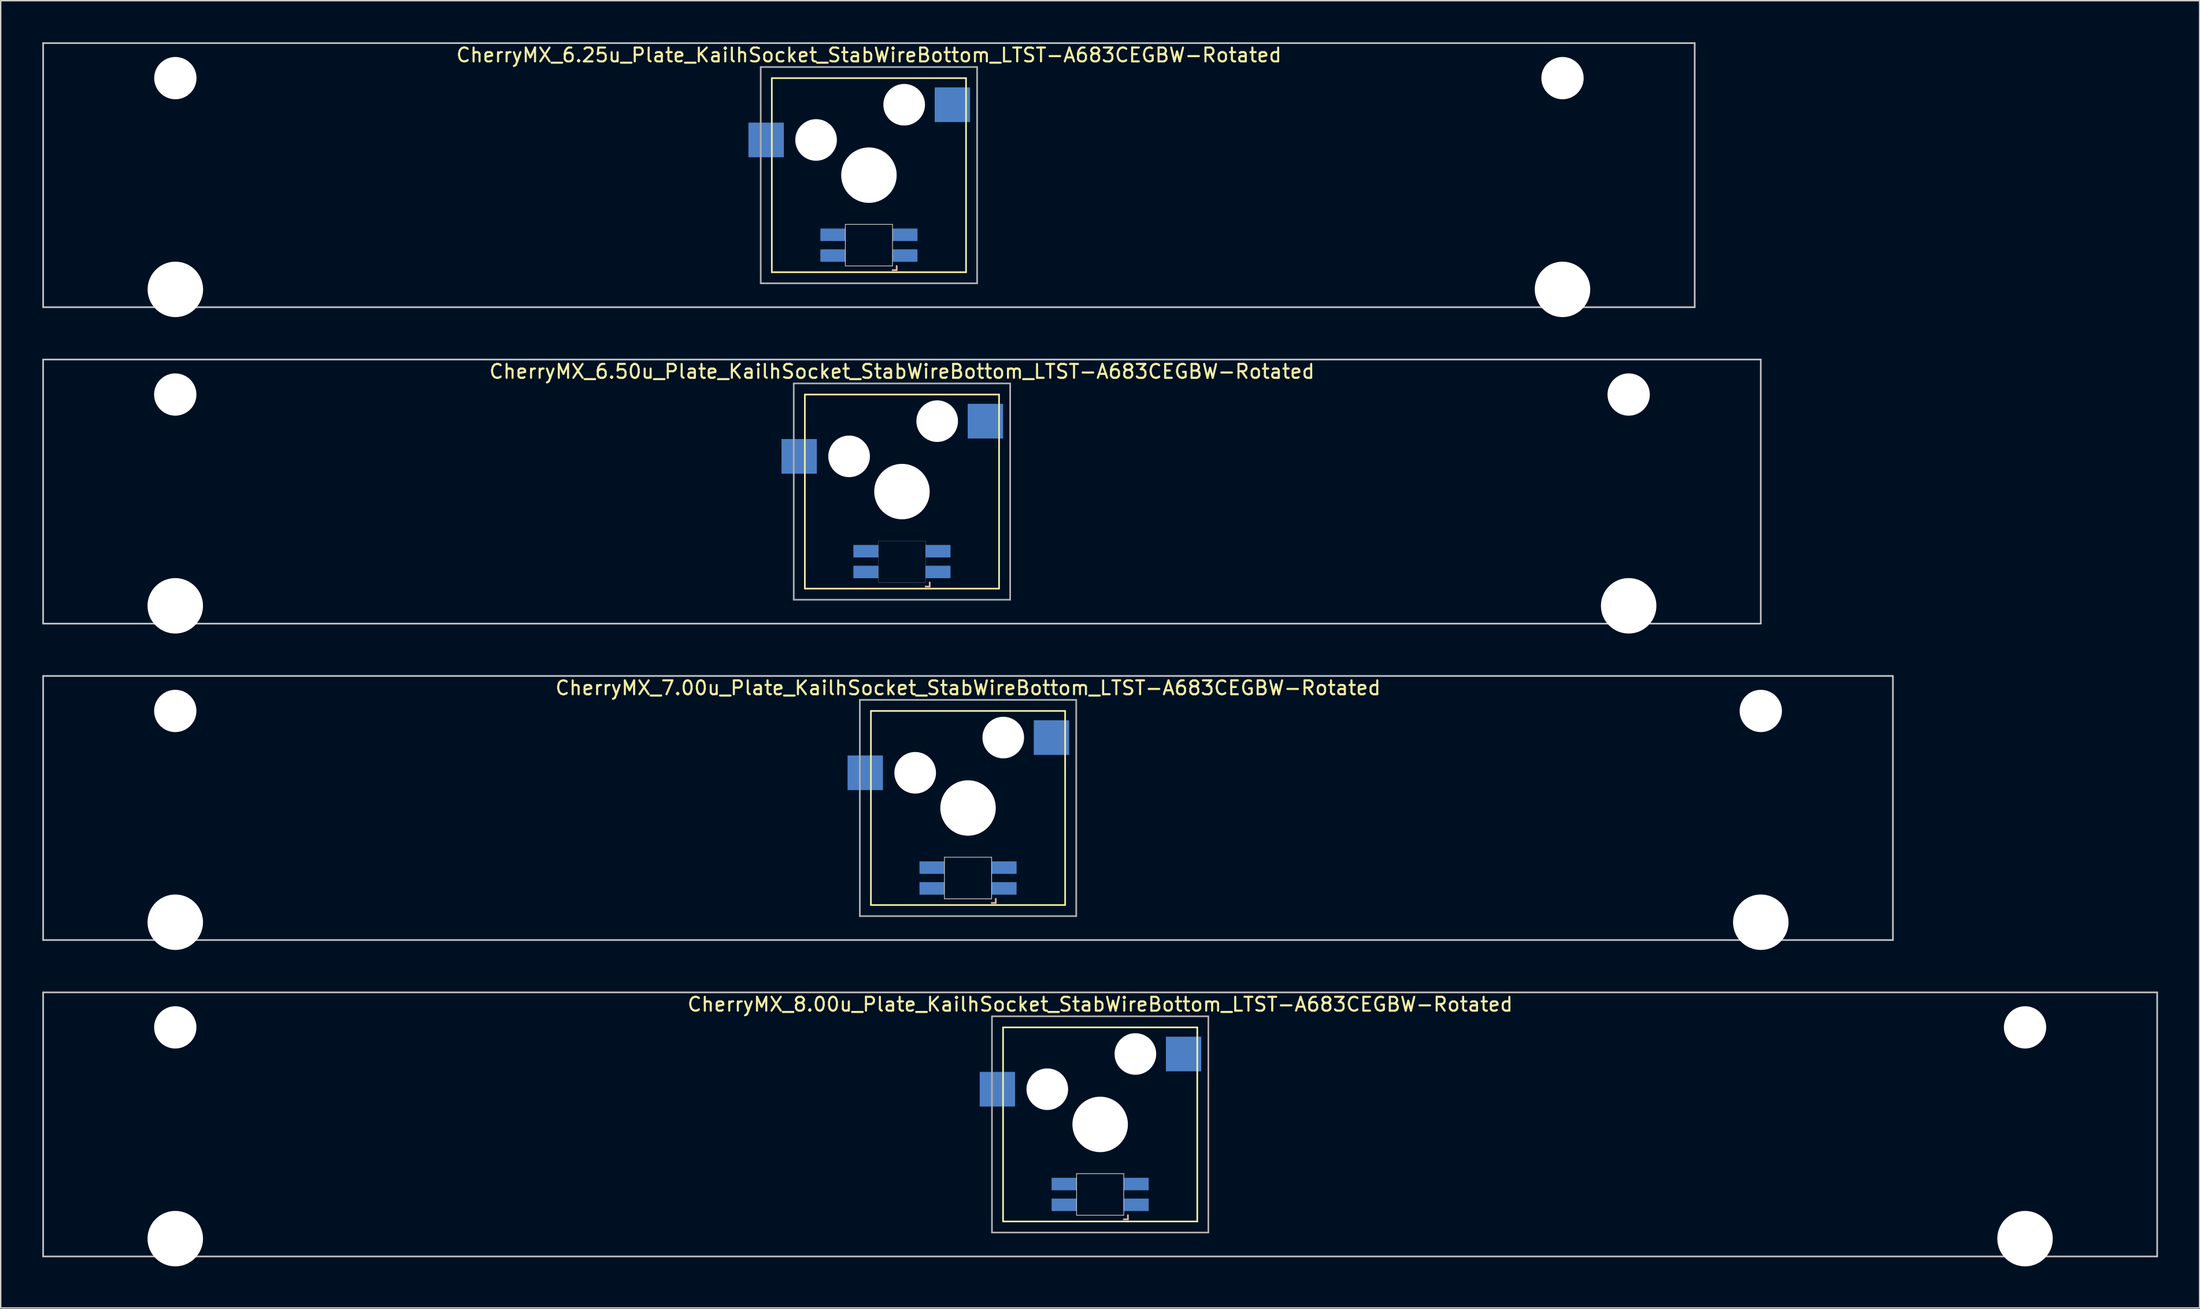
<source format=kicad_pcb>
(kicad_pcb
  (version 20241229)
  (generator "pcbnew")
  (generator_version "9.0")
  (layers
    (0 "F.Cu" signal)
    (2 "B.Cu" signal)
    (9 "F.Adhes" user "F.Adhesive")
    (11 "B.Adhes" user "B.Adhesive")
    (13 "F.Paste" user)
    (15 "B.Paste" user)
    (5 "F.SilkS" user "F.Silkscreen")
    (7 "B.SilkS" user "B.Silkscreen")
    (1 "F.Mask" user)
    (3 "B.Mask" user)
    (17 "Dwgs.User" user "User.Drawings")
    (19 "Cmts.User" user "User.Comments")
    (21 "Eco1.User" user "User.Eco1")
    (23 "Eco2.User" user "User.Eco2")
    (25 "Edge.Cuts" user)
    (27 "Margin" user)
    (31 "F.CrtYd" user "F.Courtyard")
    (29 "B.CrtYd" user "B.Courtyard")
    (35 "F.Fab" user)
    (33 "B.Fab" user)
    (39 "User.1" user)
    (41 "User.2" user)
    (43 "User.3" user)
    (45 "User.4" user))
  (footprint "CherryMX_7.00u_Plate_KailhSocket_StabWireBottom_LTST-A683CEGBW-Rotated"
    (layer "F.Cu")
    (at 66.735 55.235)
    (property "Reference" "CherryMX_7.00u_Plate_KailhSocket_StabWireBottom_LTST-A683CEGBW-Rotated" (at 0 -8.662 0) (layer "F.SilkS") (effects (font (size 1 1) (thickness 0.15))))
    (attr through_hole)
    (fp_line (start -7 -7) (end -7 7) (stroke (width 0.12) (type solid)) (layer "F.SilkS"))
    (fp_line (start -7 -7) (end 7 -7) (stroke (width 0.12) (type solid)) (layer "F.SilkS"))
    (fp_line (start 7 -7) (end 7 7) (stroke (width 0.12) (type solid)) (layer "F.SilkS"))
    (fp_line (start 7 7) (end -7 7) (stroke (width 0.12) (type solid)) (layer "F.SilkS"))
    (fp_line (start 1.7 6.85) (end 2 6.85) (stroke (width 0.12) (type solid)) (layer "B.SilkS"))
    (fp_line (start 2 6.85) (end 2 6.55) (stroke (width 0.12) (type solid)) (layer "B.SilkS"))
    (fp_line (start -66.675 -9.525) (end 66.675 -9.525) (stroke (width 0.12) (type solid)) (layer "Dwgs.User"))
    (fp_line (start -66.675 9.525) (end -66.675 -9.525) (stroke (width 0.12) (type solid)) (layer "Dwgs.User"))
    (fp_line (start 66.675 -9.525) (end 66.675 9.525) (stroke (width 0.12) (type solid)) (layer "Dwgs.User"))
    (fp_line (start 66.675 9.525) (end -66.675 9.525) (stroke (width 0.12) (type solid)) (layer "Dwgs.User"))
    (fp_line (start -1.7 3.55) (end 1.7 3.55) (stroke (width 0.05) (type solid)) (layer "Edge.Cuts"))
    (fp_line (start -1.7 6.55) (end -1.7 3.55) (stroke (width 0.05) (type solid)) (layer "Edge.Cuts"))
    (fp_line (start 1.7 3.55) (end 1.7 6.55) (stroke (width 0.05) (type solid)) (layer "Edge.Cuts"))
    (fp_line (start 1.7 6.55) (end -1.7 6.55) (stroke (width 0.05) (type solid)) (layer "Edge.Cuts"))
    (fp_line (start -7.8 -7.8) (end -7.8 7.8) (stroke (width 0.12) (type solid)) (layer "F.Fab"))
    (fp_line (start -7.8 -7.8) (end 7.8 -7.8) (stroke (width 0.12) (type solid)) (layer "F.Fab"))
    (fp_line (start -7.8 7.8) (end 7.8 7.8) (stroke (width 0.12) (type solid)) (layer "F.Fab"))
    (fp_line (start 7.8 -7.8) (end 7.8 7.8) (stroke (width 0.12) (type solid)) (layer "F.Fab"))
    (pad "" np_thru_hole circle (at -57.15 -7) (size 3.05 3.05) (drill 3.05) (layers "*.Cu" "*.Mask"))
    (pad "" np_thru_hole circle (at -57.15 8.24) (size 4 4) (drill 4) (layers "*.Cu" "*.Mask"))
    (pad "" np_thru_hole circle (at -3.81 -2.54) (size 3 3) (drill 3) (layers "*.Cu" "*.Mask"))
    (pad "" np_thru_hole circle (at 0 0) (size 4 4) (drill 4) (layers "*.Cu" "*.Mask"))
    (pad "" np_thru_hole circle (at 2.54 -5.08) (size 3 3) (drill 3) (layers "*.Cu" "*.Mask"))
    (pad "" np_thru_hole circle (at 57.15 -7) (size 3.05 3.05) (drill 3.05) (layers "*.Cu" "*.Mask"))
    (pad "" np_thru_hole circle (at 57.15 8.24) (size 4 4) (drill 4) (layers "*.Cu" "*.Mask"))
    (pad "1" smd rect (at -7.41 -2.54) (size 2.55 2.5) (layers "B.Cu" "B.Mask" "B.Paste"))
    (pad "2" smd rect (at 6.015 -5.08) (size 2.55 2.5) (layers "B.Cu" "B.Mask" "B.Paste"))
    (pad "3" smd rect (at 2.6 5.8) (size 1.8 0.9) (layers "B.Cu" "B.Mask" "B.Paste"))
    (pad "4" smd rect (at 2.6 4.3) (size 1.8 0.9) (layers "B.Cu" "B.Mask" "B.Paste"))
    (pad "5" smd rect (at -2.6 5.8) (size 1.8 0.9) (layers "B.Cu" "B.Mask" "B.Paste"))
    (pad "6" smd rect (at -2.6 4.3) (size 1.8 0.9) (layers "B.Cu" "B.Mask" "B.Paste")))
  (footprint "CherryMX_6.50u_Plate_KailhSocket_StabWireBottom_LTST-A683CEGBW-Rotated"
    (layer "F.Cu")
    (at 61.972 32.41)
    (property "Reference" "CherryMX_6.50u_Plate_KailhSocket_StabWireBottom_LTST-A683CEGBW-Rotated" (at 0 -8.662 0) (layer "F.SilkS") (effects (font (size 1 1) (thickness 0.15))))
    (attr through_hole)
    (fp_line (start -7 -7) (end -7 7) (stroke (width 0.12) (type solid)) (layer "F.SilkS"))
    (fp_line (start -7 -7) (end 7 -7) (stroke (width 0.12) (type solid)) (layer "F.SilkS"))
    (fp_line (start 7 -7) (end 7 7) (stroke (width 0.12) (type solid)) (layer "F.SilkS"))
    (fp_line (start 7 7) (end -7 7) (stroke (width 0.12) (type solid)) (layer "F.SilkS"))
    (fp_line (start 1.7 6.85) (end 2 6.85) (stroke (width 0.12) (type solid)) (layer "B.SilkS"))
    (fp_line (start 2 6.85) (end 2 6.55) (stroke (width 0.12) (type solid)) (layer "B.SilkS"))
    (fp_line (start -61.913 -9.525) (end 61.913 -9.525) (stroke (width 0.12) (type solid)) (layer "Dwgs.User"))
    (fp_line (start -61.913 9.525) (end -61.913 -9.525) (stroke (width 0.12) (type solid)) (layer "Dwgs.User"))
    (fp_line (start 61.913 -9.525) (end 61.913 9.525) (stroke (width 0.12) (type solid)) (layer "Dwgs.User"))
    (fp_line (start 61.913 9.525) (end -61.913 9.525) (stroke (width 0.12) (type solid)) (layer "Dwgs.User"))
    (fp_poly (pts (xy -1.7 3.55) (xy 1.7 3.55) (xy 1.7 6.55) (xy -1.7 6.55)) (stroke (width 0.01) (type solid)) (fill no) (layer "Edge.Cuts"))
    (fp_line (start -7.8 -7.8) (end -7.8 7.8) (stroke (width 0.12) (type solid)) (layer "F.Fab"))
    (fp_line (start -7.8 -7.8) (end 7.8 -7.8) (stroke (width 0.12) (type solid)) (layer "F.Fab"))
    (fp_line (start -7.8 7.8) (end 7.8 7.8) (stroke (width 0.12) (type solid)) (layer "F.Fab"))
    (fp_line (start 7.8 -7.8) (end 7.8 7.8) (stroke (width 0.12) (type solid)) (layer "F.Fab"))
    (pad "" np_thru_hole circle (at -52.388 -7) (size 3.05 3.05) (drill 3.05) (layers "*.Cu" "*.Mask"))
    (pad "" np_thru_hole circle (at -52.388 8.24) (size 4 4) (drill 4) (layers "*.Cu" "*.Mask"))
    (pad "" np_thru_hole circle (at -3.81 -2.54) (size 3 3) (drill 3) (layers "*.Cu" "*.Mask"))
    (pad "" np_thru_hole circle (at 0 0) (size 4 4) (drill 4) (layers "*.Cu" "*.Mask"))
    (pad "" np_thru_hole circle (at 2.54 -5.08) (size 3 3) (drill 3) (layers "*.Cu" "*.Mask"))
    (pad "" np_thru_hole circle (at 52.388 -7) (size 3.05 3.05) (drill 3.05) (layers "*.Cu" "*.Mask"))
    (pad "" np_thru_hole circle (at 52.388 8.24) (size 4 4) (drill 4) (layers "*.Cu" "*.Mask"))
    (pad "1" smd rect (at -7.41 -2.54) (size 2.55 2.5) (layers "B.Cu" "B.Mask" "B.Paste"))
    (pad "2" smd rect (at 6.015 -5.08) (size 2.55 2.5) (layers "B.Cu" "B.Mask" "B.Paste"))
    (pad "3" smd rect (at 2.6 5.8 180) (size 1.8 0.9) (layers "B.Cu" "B.Mask" "B.Paste"))
    (pad "4" smd rect (at 2.6 4.3 180) (size 1.8 0.9) (layers "B.Cu" "B.Mask" "B.Paste"))
    (pad "5" smd rect (at -2.6 5.8 180) (size 1.8 0.9) (layers "B.Cu" "B.Mask" "B.Paste"))
    (pad "6" smd rect (at -2.6 4.3 180) (size 1.8 0.9) (layers "B.Cu" "B.Mask" "B.Paste")))
  (footprint "CherryMX_6.25u_Plate_KailhSocket_StabWireBottom_LTST-A683CEGBW-Rotated"
    (layer "F.Cu")
    (at 59.591 9.585)
    (property "Reference" "CherryMX_6.25u_Plate_KailhSocket_StabWireBottom_LTST-A683CEGBW-Rotated" (at 0 -8.662 0) (layer "F.SilkS") (effects (font (size 1 1) (thickness 0.15))))
    (attr through_hole)
    (fp_line (start -7 -7) (end -7 7) (stroke (width 0.12) (type solid)) (layer "F.SilkS"))
    (fp_line (start -7 -7) (end 7 -7) (stroke (width 0.12) (type solid)) (layer "F.SilkS"))
    (fp_line (start 7 -7) (end 7 7) (stroke (width 0.12) (type solid)) (layer "F.SilkS"))
    (fp_line (start 7 7) (end -7 7) (stroke (width 0.12) (type solid)) (layer "F.SilkS"))
    (fp_line (start 1.7 6.85) (end 2 6.85) (stroke (width 0.12) (type solid)) (layer "B.SilkS"))
    (fp_line (start 2 6.85) (end 2 6.55) (stroke (width 0.12) (type solid)) (layer "B.SilkS"))
    (fp_line (start -59.531 -9.525) (end 59.531 -9.525) (stroke (width 0.12) (type solid)) (layer "Dwgs.User"))
    (fp_line (start -59.531 9.525) (end -59.531 -9.525) (stroke (width 0.12) (type solid)) (layer "Dwgs.User"))
    (fp_line (start 59.531 -9.525) (end 59.531 9.525) (stroke (width 0.12) (type solid)) (layer "Dwgs.User"))
    (fp_line (start 59.531 9.525) (end -59.531 9.525) (stroke (width 0.12) (type solid)) (layer "Dwgs.User"))
    (fp_line (start -1.7 3.55) (end 1.7 3.55) (stroke (width 0.05) (type solid)) (layer "Edge.Cuts"))
    (fp_line (start -1.7 6.55) (end -1.7 3.55) (stroke (width 0.05) (type solid)) (layer "Edge.Cuts"))
    (fp_line (start 1.7 3.55) (end 1.7 6.55) (stroke (width 0.05) (type solid)) (layer "Edge.Cuts"))
    (fp_line (start 1.7 6.55) (end -1.7 6.55) (stroke (width 0.05) (type solid)) (layer "Edge.Cuts"))
    (fp_line (start -7.8 -7.8) (end -7.8 7.8) (stroke (width 0.12) (type solid)) (layer "F.Fab"))
    (fp_line (start -7.8 -7.8) (end 7.8 -7.8) (stroke (width 0.12) (type solid)) (layer "F.Fab"))
    (fp_line (start -7.8 7.8) (end 7.8 7.8) (stroke (width 0.12) (type solid)) (layer "F.Fab"))
    (fp_line (start 7.8 -7.8) (end 7.8 7.8) (stroke (width 0.12) (type solid)) (layer "F.Fab"))
    (pad "" np_thru_hole circle (at -50 -7) (size 3.05 3.05) (drill 3.05) (layers "*.Cu" "*.Mask"))
    (pad "" np_thru_hole circle (at -50 8.24) (size 4 4) (drill 4) (layers "*.Cu" "*.Mask"))
    (pad "" np_thru_hole circle (at -3.81 -2.54) (size 3 3) (drill 3) (layers "*.Cu" "*.Mask"))
    (pad "" np_thru_hole circle (at 0 0) (size 4 4) (drill 4) (layers "*.Cu" "*.Mask"))
    (pad "" np_thru_hole circle (at 2.54 -5.08) (size 3 3) (drill 3) (layers "*.Cu" "*.Mask"))
    (pad "" np_thru_hole circle (at 50 -7) (size 3.05 3.05) (drill 3.05) (layers "*.Cu" "*.Mask"))
    (pad "" np_thru_hole circle (at 50 8.24) (size 4 4) (drill 4) (layers "*.Cu" "*.Mask"))
    (pad "1" smd rect (at -7.41 -2.54) (size 2.55 2.5) (layers "B.Cu" "B.Mask" "B.Paste"))
    (pad "2" smd rect (at 6.015 -5.08) (size 2.55 2.5) (layers "B.Cu" "B.Mask" "B.Paste"))
    (pad "3" smd rect (at 2.6 5.8) (size 1.8 0.9) (layers "B.Cu" "B.Mask" "B.Paste"))
    (pad "4" smd rect (at 2.6 4.3) (size 1.8 0.9) (layers "B.Cu" "B.Mask" "B.Paste"))
    (pad "5" smd rect (at -2.6 5.8) (size 1.8 0.9) (layers "B.Cu" "B.Mask" "B.Paste"))
    (pad "6" smd rect (at -2.6 4.3) (size 1.8 0.9) (layers "B.Cu" "B.Mask" "B.Paste")))
  (footprint "CherryMX_8.00u_Plate_KailhSocket_StabWireBottom_LTST-A683CEGBW-Rotated"
    (layer "F.Cu")
    (at 76.26 78.06)
    (property "Reference" "CherryMX_8.00u_Plate_KailhSocket_StabWireBottom_LTST-A683CEGBW-Rotated" (at 0 -8.662 0) (layer "F.SilkS") (effects (font (size 1 1) (thickness 0.15))))
    (attr through_hole)
    (fp_line (start -7 -7) (end -7 7) (stroke (width 0.12) (type solid)) (layer "F.SilkS"))
    (fp_line (start -7 -7) (end 7 -7) (stroke (width 0.12) (type solid)) (layer "F.SilkS"))
    (fp_line (start 7 -7) (end 7 7) (stroke (width 0.12) (type solid)) (layer "F.SilkS"))
    (fp_line (start 7 7) (end -7 7) (stroke (width 0.12) (type solid)) (layer "F.SilkS"))
    (fp_line (start 1.7 6.85) (end 2 6.85) (stroke (width 0.12) (type solid)) (layer "B.SilkS"))
    (fp_line (start 2 6.85) (end 2 6.55) (stroke (width 0.12) (type solid)) (layer "B.SilkS"))
    (fp_line (start -76.2 -9.525) (end 76.2 -9.525) (stroke (width 0.12) (type solid)) (layer "Dwgs.User"))
    (fp_line (start -76.2 9.525) (end -76.2 -9.525) (stroke (width 0.12) (type solid)) (layer "Dwgs.User"))
    (fp_line (start 76.2 -9.525) (end 76.2 9.525) (stroke (width 0.12) (type solid)) (layer "Dwgs.User"))
    (fp_line (start 76.2 9.525) (end -76.2 9.525) (stroke (width 0.12) (type solid)) (layer "Dwgs.User"))
    (fp_line (start -1.7 3.55) (end 1.7 3.55) (stroke (width 0.05) (type solid)) (layer "Edge.Cuts"))
    (fp_line (start -1.7 6.55) (end -1.7 3.55) (stroke (width 0.05) (type solid)) (layer "Edge.Cuts"))
    (fp_line (start 1.7 3.55) (end 1.7 6.55) (stroke (width 0.05) (type solid)) (layer "Edge.Cuts"))
    (fp_line (start 1.7 6.55) (end -1.7 6.55) (stroke (width 0.05) (type solid)) (layer "Edge.Cuts"))
    (fp_line (start -7.8 -7.8) (end -7.8 7.8) (stroke (width 0.12) (type solid)) (layer "F.Fab"))
    (fp_line (start -7.8 -7.8) (end 7.8 -7.8) (stroke (width 0.12) (type solid)) (layer "F.Fab"))
    (fp_line (start -7.8 7.8) (end 7.8 7.8) (stroke (width 0.12) (type solid)) (layer "F.Fab"))
    (fp_line (start 7.8 -7.8) (end 7.8 7.8) (stroke (width 0.12) (type solid)) (layer "F.Fab"))
    (pad "" np_thru_hole circle (at -66.675 -7) (size 3.05 3.05) (drill 3.05) (layers "*.Cu" "*.Mask"))
    (pad "" np_thru_hole circle (at -66.675 8.24) (size 4 4) (drill 4) (layers "*.Cu" "*.Mask"))
    (pad "" np_thru_hole circle (at -3.81 -2.54) (size 3 3) (drill 3) (layers "*.Cu" "*.Mask"))
    (pad "" np_thru_hole circle (at 0 0) (size 4 4) (drill 4) (layers "*.Cu" "*.Mask"))
    (pad "" np_thru_hole circle (at 2.54 -5.08) (size 3 3) (drill 3) (layers "*.Cu" "*.Mask"))
    (pad "" np_thru_hole circle (at 66.675 -7) (size 3.05 3.05) (drill 3.05) (layers "*.Cu" "*.Mask"))
    (pad "" np_thru_hole circle (at 66.675 8.24) (size 4 4) (drill 4) (layers "*.Cu" "*.Mask"))
    (pad "1" smd rect (at -7.41 -2.54) (size 2.55 2.5) (layers "B.Cu" "B.Mask" "B.Paste"))
    (pad "2" smd rect (at 6.015 -5.08) (size 2.55 2.5) (layers "B.Cu" "B.Mask" "B.Paste"))
    (pad "3" smd rect (at 2.6 5.8 180) (size 1.8 0.9) (layers "B.Cu" "B.Mask" "B.Paste"))
    (pad "4" smd rect (at 2.6 4.3 180) (size 1.8 0.9) (layers "B.Cu" "B.Mask" "B.Paste"))
    (pad "5" smd rect (at -2.6 5.8 180) (size 1.8 0.9) (layers "B.Cu" "B.Mask" "B.Paste"))
    (pad "6" smd rect (at -2.6 4.3 180) (size 1.8 0.9) (layers "B.Cu" "B.Mask" "B.Paste")))
  (gr_rect
    (start -3 -3)
    (end 155.52 91.3)
    (stroke (width 0.1) (type default))
    (fill no)
    (layer "Edge.Cuts")))
</source>
